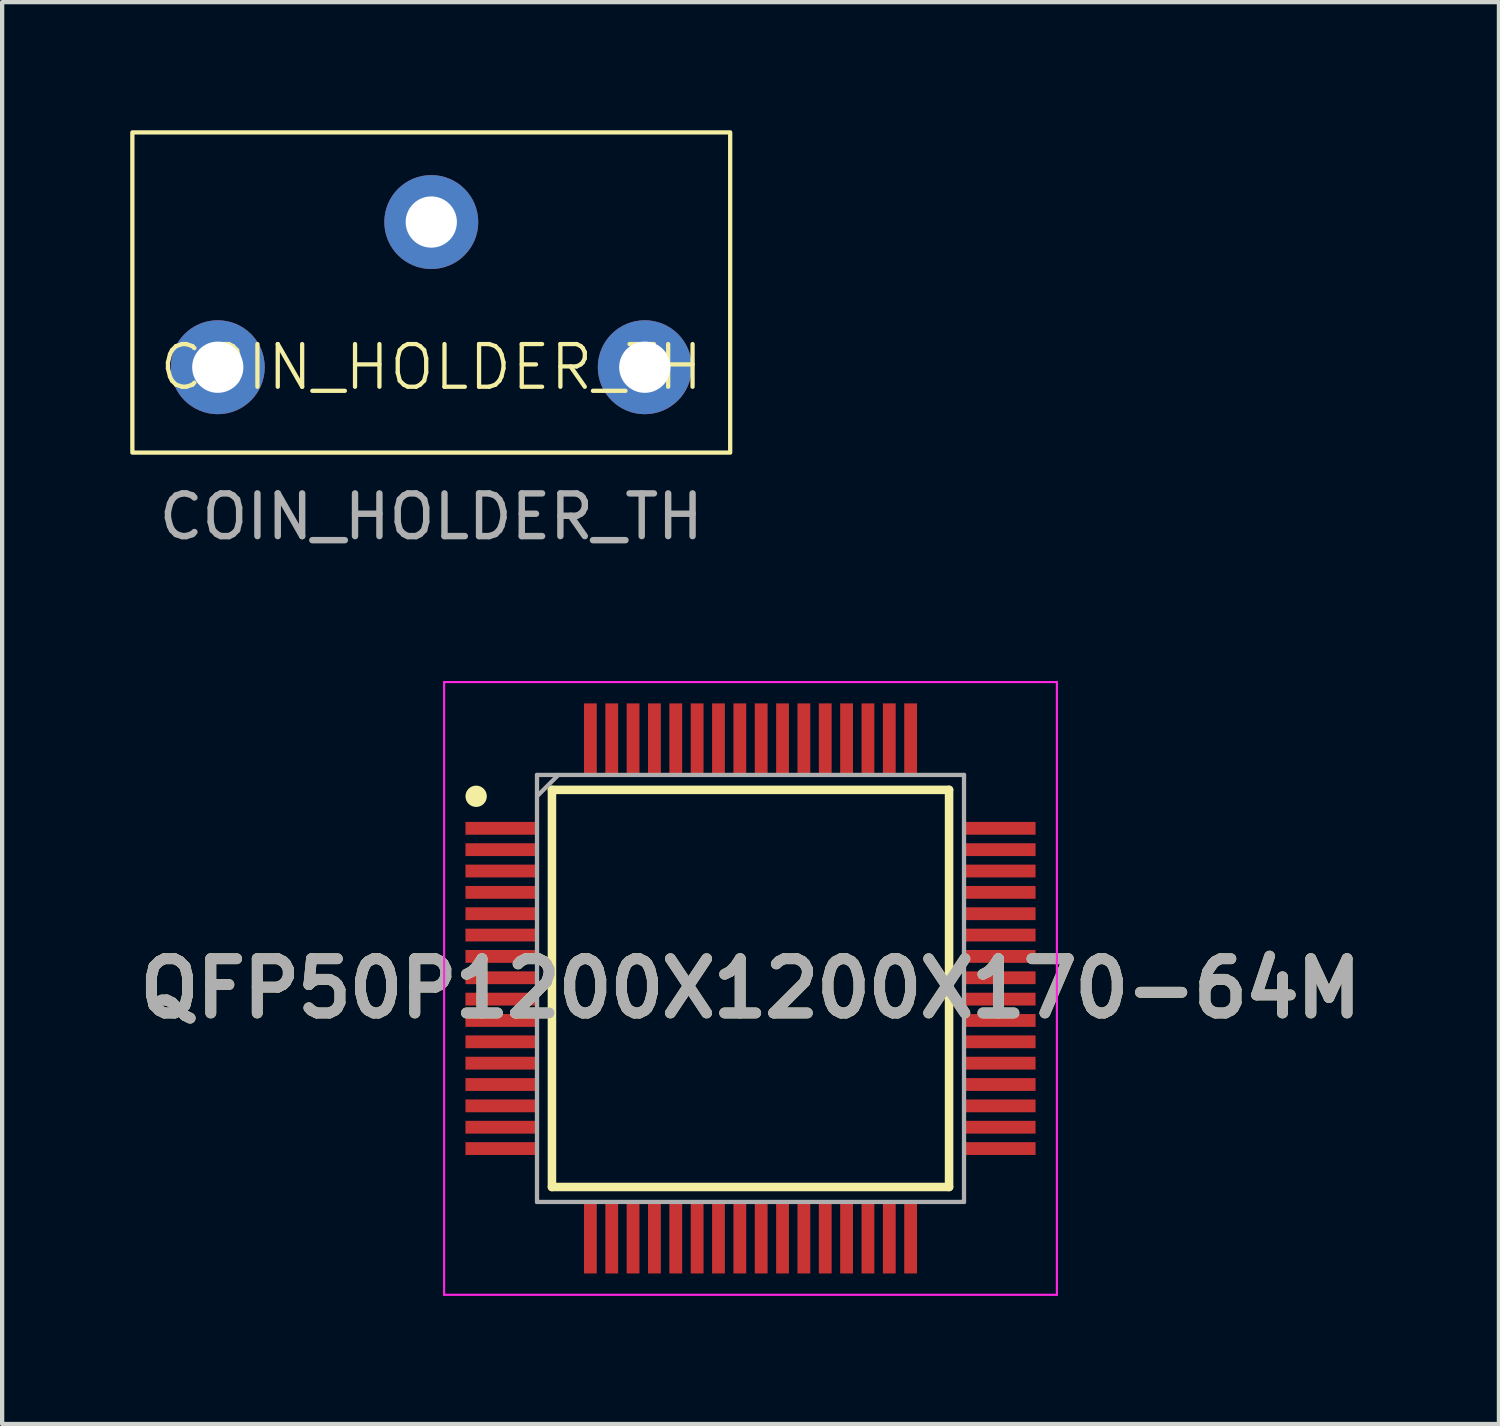
<source format=kicad_pcb>
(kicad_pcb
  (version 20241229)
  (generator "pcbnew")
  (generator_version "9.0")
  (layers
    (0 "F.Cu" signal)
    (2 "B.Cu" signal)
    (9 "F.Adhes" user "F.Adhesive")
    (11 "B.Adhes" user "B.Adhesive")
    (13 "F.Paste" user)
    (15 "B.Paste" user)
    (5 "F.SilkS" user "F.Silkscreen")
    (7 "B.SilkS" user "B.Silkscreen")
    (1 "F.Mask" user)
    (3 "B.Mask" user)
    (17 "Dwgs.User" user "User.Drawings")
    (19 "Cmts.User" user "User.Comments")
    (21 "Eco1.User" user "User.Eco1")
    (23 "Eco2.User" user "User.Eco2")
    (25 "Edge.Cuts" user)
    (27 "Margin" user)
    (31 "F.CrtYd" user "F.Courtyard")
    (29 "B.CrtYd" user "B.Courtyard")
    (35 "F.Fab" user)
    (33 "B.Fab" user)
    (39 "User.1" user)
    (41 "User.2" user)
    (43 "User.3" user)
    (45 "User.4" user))
  (footprint "COIN_HOLDER_TH"
    (layer "F.Cu")
    (at 7.05 5.55)
    (property "Reference" "COIN_HOLDER_TH" (at 0 0 0) (unlocked yes) (layer "F.SilkS") (effects (font (size 1 1) (thickness 0.1))))
    (attr smd)
    (fp_rect (start -7 -5.5) (end 7 2) (stroke (width 0.1) (type default)) (fill no) (layer "F.SilkS"))
    (fp_text user "${REFERENCE}" (at 0 3.5 0) (unlocked yes) (layer "F.Fab") (effects (font (size 1 1) (thickness 0.15))))
    (pad "1" thru_hole circle (at -5 0) (size 2.2 2.2) (drill 1.2) (layers "*.Cu" "*.Mask"))
    (pad "1" thru_hole circle (at 5 0) (size 2.2 2.2) (drill 1.2) (layers "*.Cu" "*.Mask"))
    (pad "2" thru_hole circle (at 0 -3.4) (size 2.2 2.2) (drill 1.2) (layers "*.Cu" "*.Mask")))
  (footprint "QFP50P1200X1200X170-64M"
    (layer "F.Cu")
    (at 14.526 20.098)
    (property "Reference" "QFP50P1200X1200X170-64M" (at 0 0 0) (layer "F.SilkS") (effects (font (size 1.27 1.27) (thickness 0.254))))
    (attr smd)
    (fp_line (start -4.65 -4.65) (end 4.65 -4.65) (stroke (width 0.2) (type solid)) (layer "F.SilkS"))
    (fp_line (start -4.65 4.65) (end -4.65 -4.65) (stroke (width 0.2) (type solid)) (layer "F.SilkS"))
    (fp_line (start 4.65 -4.65) (end 4.65 4.65) (stroke (width 0.2) (type solid)) (layer "F.SilkS"))
    (fp_line (start 4.65 4.65) (end -4.65 4.65) (stroke (width 0.2) (type solid)) (layer "F.SilkS"))
    (fp_circle (center -6.425 -4.5) (end -6.425 -4.375) (stroke (width 0.25) (type solid)) (fill no) (layer "F.SilkS"))
    (fp_line (start -7.175 -7.175) (end 7.175 -7.175) (stroke (width 0.05) (type solid)) (layer "F.CrtYd"))
    (fp_line (start -7.175 7.175) (end -7.175 -7.175) (stroke (width 0.05) (type solid)) (layer "F.CrtYd"))
    (fp_line (start 7.175 -7.175) (end 7.175 7.175) (stroke (width 0.05) (type solid)) (layer "F.CrtYd"))
    (fp_line (start 7.175 7.175) (end -7.175 7.175) (stroke (width 0.05) (type solid)) (layer "F.CrtYd"))
    (fp_line (start -5 -5) (end 5 -5) (stroke (width 0.1) (type solid)) (layer "F.Fab"))
    (fp_line (start -5 -4.5) (end -4.5 -5) (stroke (width 0.1) (type solid)) (layer "F.Fab"))
    (fp_line (start -5 5) (end -5 -5) (stroke (width 0.1) (type solid)) (layer "F.Fab"))
    (fp_line (start 5 -5) (end 5 5) (stroke (width 0.1) (type solid)) (layer "F.Fab"))
    (fp_line (start 5 5) (end -5 5) (stroke (width 0.1) (type solid)) (layer "F.Fab"))
    (fp_text user "${REFERENCE}" (at 0 0 0) (layer "F.Fab") (effects (font (size 1.27 1.27) (thickness 0.254))))
    (pad "1" smd rect (at -5.838 -3.75 90) (size 0.3 1.675) (layers "F.Cu" "F.Mask" "F.Paste"))
    (pad "2" smd rect (at -5.838 -3.25 90) (size 0.3 1.675) (layers "F.Cu" "F.Mask" "F.Paste"))
    (pad "3" smd rect (at -5.838 -2.75 90) (size 0.3 1.675) (layers "F.Cu" "F.Mask" "F.Paste"))
    (pad "4" smd rect (at -5.838 -2.25 90) (size 0.3 1.675) (layers "F.Cu" "F.Mask" "F.Paste"))
    (pad "5" smd rect (at -5.838 -1.75 90) (size 0.3 1.675) (layers "F.Cu" "F.Mask" "F.Paste"))
    (pad "6" smd rect (at -5.838 -1.25 90) (size 0.3 1.675) (layers "F.Cu" "F.Mask" "F.Paste"))
    (pad "7" smd rect (at -5.838 -0.75 90) (size 0.3 1.675) (layers "F.Cu" "F.Mask" "F.Paste"))
    (pad "8" smd rect (at -5.838 -0.25 90) (size 0.3 1.675) (layers "F.Cu" "F.Mask" "F.Paste"))
    (pad "9" smd rect (at -5.838 0.25 90) (size 0.3 1.675) (layers "F.Cu" "F.Mask" "F.Paste"))
    (pad "10" smd rect (at -5.838 0.75 90) (size 0.3 1.675) (layers "F.Cu" "F.Mask" "F.Paste"))
    (pad "11" smd rect (at -5.838 1.25 90) (size 0.3 1.675) (layers "F.Cu" "F.Mask" "F.Paste"))
    (pad "12" smd rect (at -5.838 1.75 90) (size 0.3 1.675) (layers "F.Cu" "F.Mask" "F.Paste"))
    (pad "13" smd rect (at -5.838 2.25 90) (size 0.3 1.675) (layers "F.Cu" "F.Mask" "F.Paste"))
    (pad "14" smd rect (at -5.838 2.75 90) (size 0.3 1.675) (layers "F.Cu" "F.Mask" "F.Paste"))
    (pad "15" smd rect (at -5.838 3.25 90) (size 0.3 1.675) (layers "F.Cu" "F.Mask" "F.Paste"))
    (pad "16" smd rect (at -5.838 3.75 90) (size 0.3 1.675) (layers "F.Cu" "F.Mask" "F.Paste"))
    (pad "17" smd rect (at -3.75 5.838) (size 0.3 1.675) (layers "F.Cu" "F.Mask" "F.Paste"))
    (pad "18" smd rect (at -3.25 5.838) (size 0.3 1.675) (layers "F.Cu" "F.Mask" "F.Paste"))
    (pad "19" smd rect (at -2.75 5.838) (size 0.3 1.675) (layers "F.Cu" "F.Mask" "F.Paste"))
    (pad "20" smd rect (at -2.25 5.838) (size 0.3 1.675) (layers "F.Cu" "F.Mask" "F.Paste"))
    (pad "21" smd rect (at -1.75 5.838) (size 0.3 1.675) (layers "F.Cu" "F.Mask" "F.Paste"))
    (pad "22" smd rect (at -1.25 5.838) (size 0.3 1.675) (layers "F.Cu" "F.Mask" "F.Paste"))
    (pad "23" smd rect (at -0.75 5.838) (size 0.3 1.675) (layers "F.Cu" "F.Mask" "F.Paste"))
    (pad "24" smd rect (at -0.25 5.838) (size 0.3 1.675) (layers "F.Cu" "F.Mask" "F.Paste"))
    (pad "25" smd rect (at 0.25 5.838) (size 0.3 1.675) (layers "F.Cu" "F.Mask" "F.Paste"))
    (pad "26" smd rect (at 0.75 5.838) (size 0.3 1.675) (layers "F.Cu" "F.Mask" "F.Paste"))
    (pad "27" smd rect (at 1.25 5.838) (size 0.3 1.675) (layers "F.Cu" "F.Mask" "F.Paste"))
    (pad "28" smd rect (at 1.75 5.838) (size 0.3 1.675) (layers "F.Cu" "F.Mask" "F.Paste"))
    (pad "29" smd rect (at 2.25 5.838) (size 0.3 1.675) (layers "F.Cu" "F.Mask" "F.Paste"))
    (pad "30" smd rect (at 2.75 5.838) (size 0.3 1.675) (layers "F.Cu" "F.Mask" "F.Paste"))
    (pad "31" smd rect (at 3.25 5.838) (size 0.3 1.675) (layers "F.Cu" "F.Mask" "F.Paste"))
    (pad "32" smd rect (at 3.75 5.838) (size 0.3 1.675) (layers "F.Cu" "F.Mask" "F.Paste"))
    (pad "33" smd rect (at 5.838 3.75 90) (size 0.3 1.675) (layers "F.Cu" "F.Mask" "F.Paste"))
    (pad "34" smd rect (at 5.838 3.25 90) (size 0.3 1.675) (layers "F.Cu" "F.Mask" "F.Paste"))
    (pad "35" smd rect (at 5.838 2.75 90) (size 0.3 1.675) (layers "F.Cu" "F.Mask" "F.Paste"))
    (pad "36" smd rect (at 5.838 2.25 90) (size 0.3 1.675) (layers "F.Cu" "F.Mask" "F.Paste"))
    (pad "37" smd rect (at 5.838 1.75 90) (size 0.3 1.675) (layers "F.Cu" "F.Mask" "F.Paste"))
    (pad "38" smd rect (at 5.838 1.25 90) (size 0.3 1.675) (layers "F.Cu" "F.Mask" "F.Paste"))
    (pad "39" smd rect (at 5.838 0.75 90) (size 0.3 1.675) (layers "F.Cu" "F.Mask" "F.Paste"))
    (pad "40" smd rect (at 5.838 0.25 90) (size 0.3 1.675) (layers "F.Cu" "F.Mask" "F.Paste"))
    (pad "41" smd rect (at 5.838 -0.25 90) (size 0.3 1.675) (layers "F.Cu" "F.Mask" "F.Paste"))
    (pad "42" smd rect (at 5.838 -0.75 90) (size 0.3 1.675) (layers "F.Cu" "F.Mask" "F.Paste"))
    (pad "43" smd rect (at 5.838 -1.25 90) (size 0.3 1.675) (layers "F.Cu" "F.Mask" "F.Paste"))
    (pad "44" smd rect (at 5.838 -1.75 90) (size 0.3 1.675) (layers "F.Cu" "F.Mask" "F.Paste"))
    (pad "45" smd rect (at 5.838 -2.25 90) (size 0.3 1.675) (layers "F.Cu" "F.Mask" "F.Paste"))
    (pad "46" smd rect (at 5.838 -2.75 90) (size 0.3 1.675) (layers "F.Cu" "F.Mask" "F.Paste"))
    (pad "47" smd rect (at 5.838 -3.25 90) (size 0.3 1.675) (layers "F.Cu" "F.Mask" "F.Paste"))
    (pad "48" smd rect (at 5.838 -3.75 90) (size 0.3 1.675) (layers "F.Cu" "F.Mask" "F.Paste"))
    (pad "49" smd rect (at 3.75 -5.838) (size 0.3 1.675) (layers "F.Cu" "F.Mask" "F.Paste"))
    (pad "50" smd rect (at 3.25 -5.838) (size 0.3 1.675) (layers "F.Cu" "F.Mask" "F.Paste"))
    (pad "51" smd rect (at 2.75 -5.838) (size 0.3 1.675) (layers "F.Cu" "F.Mask" "F.Paste"))
    (pad "52" smd rect (at 2.25 -5.838) (size 0.3 1.675) (layers "F.Cu" "F.Mask" "F.Paste"))
    (pad "53" smd rect (at 1.75 -5.838) (size 0.3 1.675) (layers "F.Cu" "F.Mask" "F.Paste"))
    (pad "54" smd rect (at 1.25 -5.838) (size 0.3 1.675) (layers "F.Cu" "F.Mask" "F.Paste"))
    (pad "55" smd rect (at 0.75 -5.838) (size 0.3 1.675) (layers "F.Cu" "F.Mask" "F.Paste"))
    (pad "56" smd rect (at 0.25 -5.838) (size 0.3 1.675) (layers "F.Cu" "F.Mask" "F.Paste"))
    (pad "57" smd rect (at -0.25 -5.838) (size 0.3 1.675) (layers "F.Cu" "F.Mask" "F.Paste"))
    (pad "58" smd rect (at -0.75 -5.838) (size 0.3 1.675) (layers "F.Cu" "F.Mask" "F.Paste"))
    (pad "59" smd rect (at -1.25 -5.838) (size 0.3 1.675) (layers "F.Cu" "F.Mask" "F.Paste"))
    (pad "60" smd rect (at -1.75 -5.838) (size 0.3 1.675) (layers "F.Cu" "F.Mask" "F.Paste"))
    (pad "61" smd rect (at -2.25 -5.838) (size 0.3 1.675) (layers "F.Cu" "F.Mask" "F.Paste"))
    (pad "62" smd rect (at -2.75 -5.838) (size 0.3 1.675) (layers "F.Cu" "F.Mask" "F.Paste"))
    (pad "63" smd rect (at -3.25 -5.838) (size 0.3 1.675) (layers "F.Cu" "F.Mask" "F.Paste"))
    (pad "64" smd rect (at -3.75 -5.838) (size 0.3 1.675) (layers "F.Cu" "F.Mask" "F.Paste")))
  (gr_rect
    (start -3 -3)
    (end 32.053 30.298)
    (stroke (width 0.1) (type default))
    (fill no)
    (layer "Edge.Cuts")))
</source>
